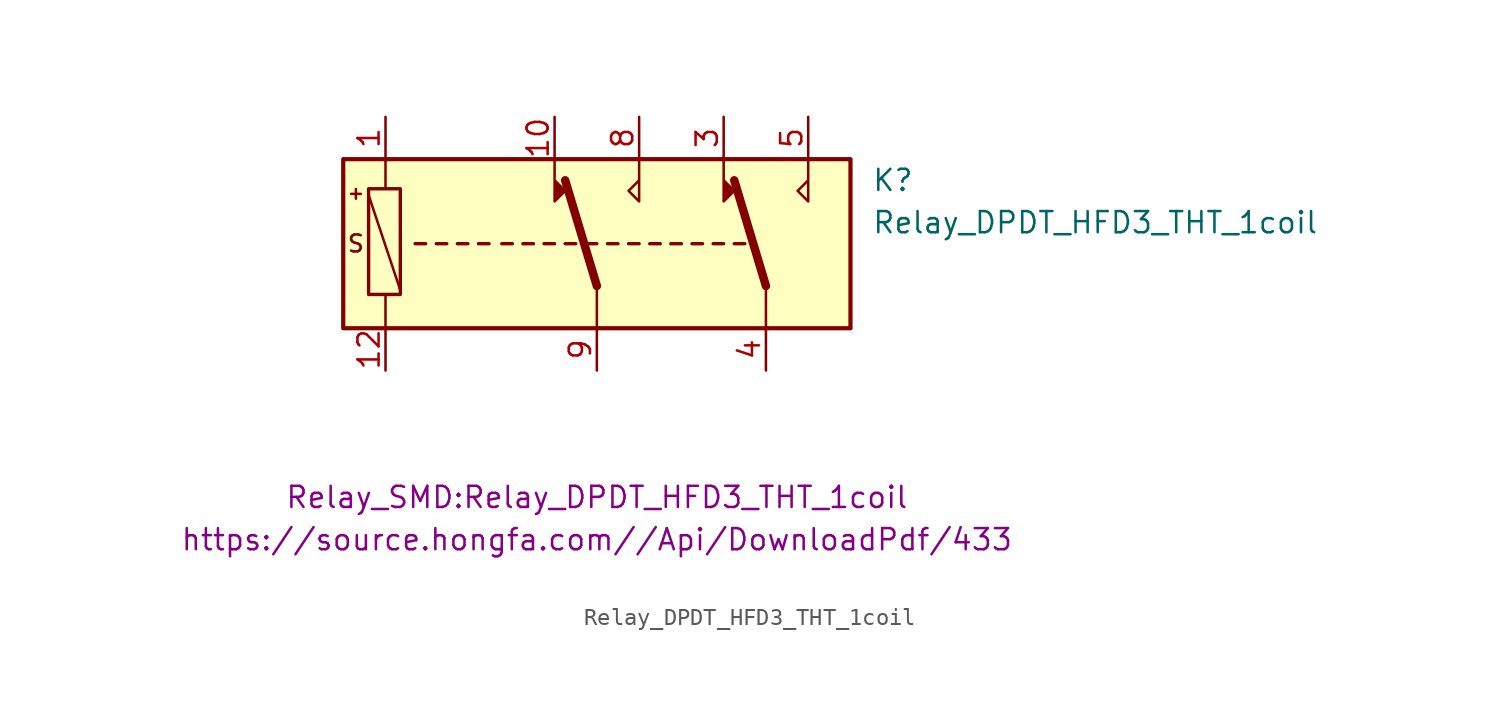
<source format=kicad_sym>
(kicad_symbol_lib
  (version 20231120)
  (generator "kicad_symbol_editor")
  (generator_version "8.0")
  (symbol "Relay_DPDT_HFD3_THT_1coil"
    (property "Reference" "K"
      (at 16.51 3.81 0)
      (effects (font (size 1.27 1.27)) (justify left)))
    (property "Value" "Relay_DPDT_HFD3_THT_1coil"
      (at 16.51 1.27 0)
      (effects (font (size 1.27 1.27)) (justify left)))
    (property "Footprint" "Relay_SMD:Relay_DPDT_HFD3_THT_1coil"
      (at 0 -15.24 0)
      (effects (font (size 1.27 1.27))))
    (property "Datasheet" "https://source.hongfa.com//Api/DownloadPdf/433"
      (at 0 -17.78 0)
      (effects (font (size 1.27 1.27))))
    (symbol "Relay_DPDT_HFD3_THT_1coil_0_0"
      (polyline (pts (xy -2.54 5.08) (xy -2.54 2.54) (xy -1.905 3.175) (xy -2.54 3.81)) (stroke (width 0) (type default)) (fill (type outline)))
      (polyline (pts (xy 2.54 5.08) (xy 2.54 2.54) (xy 1.905 3.175) (xy 2.54 3.81)) (stroke (width 0) (type default)) (fill (type none)))
      (polyline (pts (xy 7.62 5.08) (xy 7.62 2.54) (xy 8.255 3.175) (xy 7.62 3.81)) (stroke (width 0) (type default)) (fill (type outline)))
      (polyline (pts (xy 12.7 5.08) (xy 12.7 2.54) (xy 12.065 3.175) (xy 12.7 3.81)) (stroke (width 0) (type default)) (fill (type none)))
      (text "+" (at -14.478 3.048 0) (effects (font (size 0.762 0.762))))
      (text "S" (at -14.478 0 0) (effects (font (size 1.016 1.016)))))
    (symbol "Relay_DPDT_HFD3_THT_1coil_0_1"
      (rectangle (start -15.24 5.08) (end 15.24 -5.08) (stroke (width 0.254) (type default)) (fill (type background)))
      (rectangle (start -13.716 -3.048) (end -11.811 3.302) (stroke (width 0.203) (type default)) (fill (type none)))
      (polyline (pts (xy -12.7 -3.048) (xy -12.7 -5.08)) (stroke (width 0) (type default)) (fill (type none)))
      (polyline (pts (xy -12.7 -3.048) (xy -12.7 -3.048)) (stroke (width 0) (type default)) (fill (type none)))
      (polyline (pts (xy -12.7 5.08) (xy -12.7 3.302)) (stroke (width 0) (type default)) (fill (type none)))
      (polyline (pts (xy -11.811 -2.794) (xy -13.716 2.921)) (stroke (width 0) (type default)) (fill (type none)))
      (polyline (pts (xy -10.922 0) (xy -10.287 0)) (stroke (width 0.203) (type default)) (fill (type none)))
      (polyline (pts (xy -9.652 0) (xy -9.017 0)) (stroke (width 0.203) (type default)) (fill (type none)))
      (polyline (pts (xy -8.382 0) (xy -7.747 0)) (stroke (width 0.203) (type default)) (fill (type none)))
      (polyline (pts (xy -7.112 0) (xy -6.477 0)) (stroke (width 0.203) (type default)) (fill (type none)))
      (polyline (pts (xy -5.715 0) (xy -5.08 0)) (stroke (width 0.203) (type default)) (fill (type none)))
      (polyline (pts (xy -4.445 0) (xy -3.81 0)) (stroke (width 0.203) (type default)) (fill (type none)))
      (polyline (pts (xy -3.175 0) (xy -2.54 0)) (stroke (width 0.203) (type default)) (fill (type none)))
      (polyline (pts (xy -1.905 0) (xy -1.27 0)) (stroke (width 0.203) (type default)) (fill (type none)))
      (polyline (pts (xy -0.635 0) (xy 0 0)) (stroke (width 0.203) (type default)) (fill (type none)))
      (polyline (pts (xy 0 -2.54) (xy -1.905 3.81)) (stroke (width 0.508) (type default)) (fill (type none)))
      (polyline (pts (xy 0 -2.54) (xy 0 -5.08)) (stroke (width 0) (type default)) (fill (type none)))
      (polyline (pts (xy 0.635 0) (xy 1.27 0)) (stroke (width 0.203) (type default)) (fill (type none)))
      (polyline (pts (xy 1.905 0) (xy 2.54 0)) (stroke (width 0.203) (type default)) (fill (type none)))
      (polyline (pts (xy 3.175 0) (xy 3.81 0)) (stroke (width 0.203) (type default)) (fill (type none)))
      (polyline (pts (xy 4.445 0) (xy 5.08 0)) (stroke (width 0.203) (type default)) (fill (type none)))
      (polyline (pts (xy 5.715 0) (xy 6.35 0)) (stroke (width 0.203) (type default)) (fill (type none)))
      (polyline (pts (xy 6.985 0) (xy 7.62 0)) (stroke (width 0.203) (type default)) (fill (type none)))
      (polyline (pts (xy 8.255 0) (xy 8.89 0)) (stroke (width 0.203) (type default)) (fill (type none)))
      (polyline (pts (xy 10.16 -2.54) (xy 8.255 3.81)) (stroke (width 0.508) (type default)) (fill (type none)))
      (polyline (pts (xy 10.16 -2.54) (xy 10.16 -5.08)) (stroke (width 0) (type default)) (fill (type none))))
    (symbol "Relay_DPDT_HFD3_THT_1coil_1_1"
      (pin passive line (at -12.7 7.62 270) (length 2.54) (name "~" (effects (font (size 1.27 1.27)))) (number "1" (effects (font (size 1.27 1.27)))))
      (pin passive line (at -2.54 7.62 270) (length 2.54) (name "~" (effects (font (size 1.27 1.27)))) (number "10" (effects (font (size 1.27 1.27)))))
      (pin passive line (at -12.7 -7.62 90) (length 2.54) (name "~" (effects (font (size 1.27 1.27)))) (number "12" (effects (font (size 1.27 1.27)))))
      (pin passive line (at 7.62 7.62 270) (length 2.54) (name "~" (effects (font (size 1.27 1.27)))) (number "3" (effects (font (size 1.27 1.27)))))
      (pin passive line (at 10.16 -7.62 90) (length 2.54) (name "~" (effects (font (size 1.27 1.27)))) (number "4" (effects (font (size 1.27 1.27)))))
      (pin passive line (at 12.7 7.62 270) (length 2.54) (name "~" (effects (font (size 1.27 1.27)))) (number "5" (effects (font (size 1.27 1.27)))))
      (pin passive line (at 2.54 7.62 270) (length 2.54) (name "~" (effects (font (size 1.27 1.27)))) (number "8" (effects (font (size 1.27 1.27)))))
      (pin passive line (at 0 -7.62 90) (length 2.54) (name "~" (effects (font (size 1.27 1.27)))) (number "9" (effects (font (size 1.27 1.27))))))))
</source>
